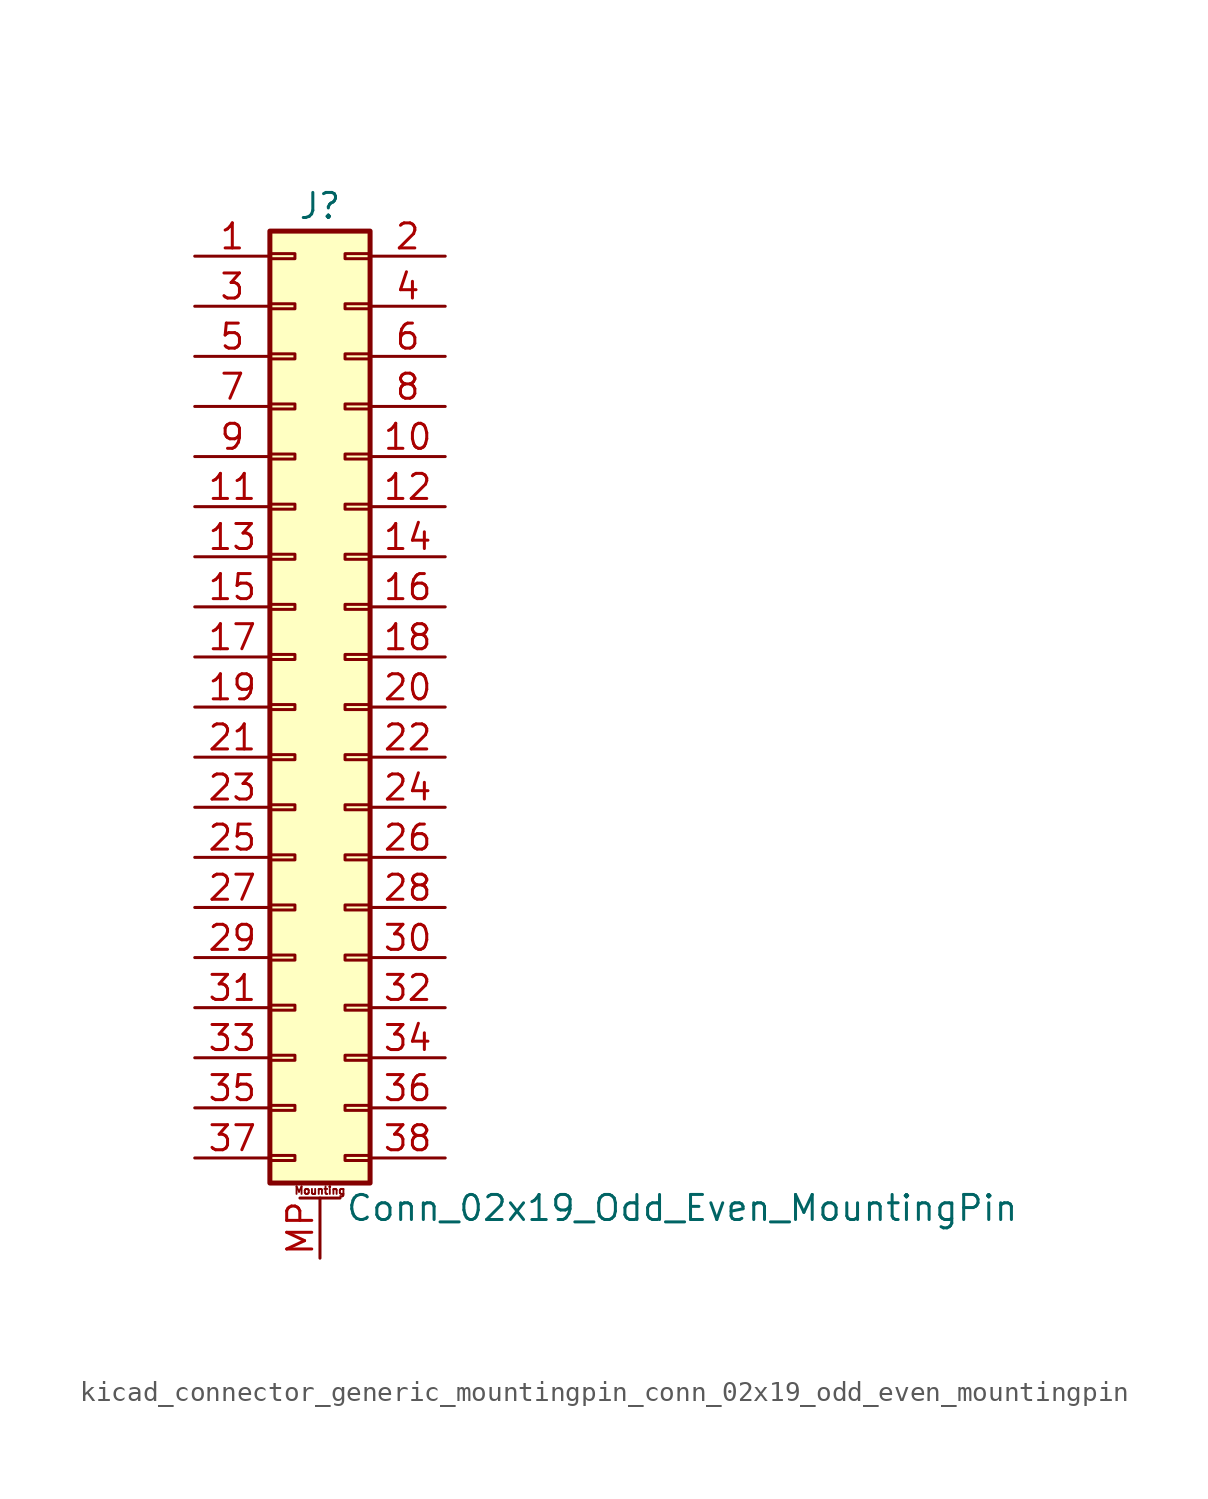
<source format=kicad_sym>
(kicad_symbol_lib
  (version 20220914)
  (generator kicad_symbol_editor)
  (symbol "kicad_connector_generic_mountingpin_conn_02x19_odd_even_mountingpin"
    (pin_names
      (offset 1.016) hide)
    (property "Reference" "J"
      (at 1.27 25.4 0)
      (effects (font (size 1.27 1.27))))
    (property "Value" "Conn_02x19_Odd_Even_MountingPin"
      (at 2.54 -25.4 0)
      (effects (font (size 1.27 1.27)) (justify left)))
    (symbol "kicad_connector_generic_mountingpin_conn_02x19_odd_even_mountingpin_1_1"
      (rectangle (start -1.27 -22.733) (end 0 -22.987) (stroke (width 0.152) (type default)) (fill (type none)))
      (rectangle (start -1.27 -20.193) (end 0 -20.447) (stroke (width 0.152) (type default)) (fill (type none)))
      (rectangle (start -1.27 -17.653) (end 0 -17.907) (stroke (width 0.152) (type default)) (fill (type none)))
      (rectangle (start -1.27 -15.113) (end 0 -15.367) (stroke (width 0.152) (type default)) (fill (type none)))
      (rectangle (start -1.27 -12.573) (end 0 -12.827) (stroke (width 0.152) (type default)) (fill (type none)))
      (rectangle (start -1.27 -10.033) (end 0 -10.287) (stroke (width 0.152) (type default)) (fill (type none)))
      (rectangle (start -1.27 -7.493) (end 0 -7.747) (stroke (width 0.152) (type default)) (fill (type none)))
      (rectangle (start -1.27 -4.953) (end 0 -5.207) (stroke (width 0.152) (type default)) (fill (type none)))
      (rectangle (start -1.27 -2.413) (end 0 -2.667) (stroke (width 0.152) (type default)) (fill (type none)))
      (rectangle (start -1.27 0.127) (end 0 -0.127) (stroke (width 0.152) (type default)) (fill (type none)))
      (rectangle (start -1.27 2.667) (end 0 2.413) (stroke (width 0.152) (type default)) (fill (type none)))
      (rectangle (start -1.27 5.207) (end 0 4.953) (stroke (width 0.152) (type default)) (fill (type none)))
      (rectangle (start -1.27 7.747) (end 0 7.493) (stroke (width 0.152) (type default)) (fill (type none)))
      (rectangle (start -1.27 10.287) (end 0 10.033) (stroke (width 0.152) (type default)) (fill (type none)))
      (rectangle (start -1.27 12.827) (end 0 12.573) (stroke (width 0.152) (type default)) (fill (type none)))
      (rectangle (start -1.27 15.367) (end 0 15.113) (stroke (width 0.152) (type default)) (fill (type none)))
      (rectangle (start -1.27 17.907) (end 0 17.653) (stroke (width 0.152) (type default)) (fill (type none)))
      (rectangle (start -1.27 20.447) (end 0 20.193) (stroke (width 0.152) (type default)) (fill (type none)))
      (rectangle (start -1.27 22.987) (end 0 22.733) (stroke (width 0.152) (type default)) (fill (type none)))
      (rectangle (start -1.27 24.13) (end 3.81 -24.13) (stroke (width 0.254) (type default)) (fill (type background)))
      (polyline (pts (xy 0.254 -24.892) (xy 2.286 -24.892)) (stroke (width 0.152) (type default)) (fill (type none)))
      (rectangle (start 3.81 -22.733) (end 2.54 -22.987) (stroke (width 0.152) (type default)) (fill (type none)))
      (rectangle (start 3.81 -20.193) (end 2.54 -20.447) (stroke (width 0.152) (type default)) (fill (type none)))
      (rectangle (start 3.81 -17.653) (end 2.54 -17.907) (stroke (width 0.152) (type default)) (fill (type none)))
      (rectangle (start 3.81 -15.113) (end 2.54 -15.367) (stroke (width 0.152) (type default)) (fill (type none)))
      (rectangle (start 3.81 -12.573) (end 2.54 -12.827) (stroke (width 0.152) (type default)) (fill (type none)))
      (rectangle (start 3.81 -10.033) (end 2.54 -10.287) (stroke (width 0.152) (type default)) (fill (type none)))
      (rectangle (start 3.81 -7.493) (end 2.54 -7.747) (stroke (width 0.152) (type default)) (fill (type none)))
      (rectangle (start 3.81 -4.953) (end 2.54 -5.207) (stroke (width 0.152) (type default)) (fill (type none)))
      (rectangle (start 3.81 -2.413) (end 2.54 -2.667) (stroke (width 0.152) (type default)) (fill (type none)))
      (rectangle (start 3.81 0.127) (end 2.54 -0.127) (stroke (width 0.152) (type default)) (fill (type none)))
      (rectangle (start 3.81 2.667) (end 2.54 2.413) (stroke (width 0.152) (type default)) (fill (type none)))
      (rectangle (start 3.81 5.207) (end 2.54 4.953) (stroke (width 0.152) (type default)) (fill (type none)))
      (rectangle (start 3.81 7.747) (end 2.54 7.493) (stroke (width 0.152) (type default)) (fill (type none)))
      (rectangle (start 3.81 10.287) (end 2.54 10.033) (stroke (width 0.152) (type default)) (fill (type none)))
      (rectangle (start 3.81 12.827) (end 2.54 12.573) (stroke (width 0.152) (type default)) (fill (type none)))
      (rectangle (start 3.81 15.367) (end 2.54 15.113) (stroke (width 0.152) (type default)) (fill (type none)))
      (rectangle (start 3.81 17.907) (end 2.54 17.653) (stroke (width 0.152) (type default)) (fill (type none)))
      (rectangle (start 3.81 20.447) (end 2.54 20.193) (stroke (width 0.152) (type default)) (fill (type none)))
      (rectangle (start 3.81 22.987) (end 2.54 22.733) (stroke (width 0.152) (type default)) (fill (type none)))
      (text "Mounting" (at 1.27 -24.511 0) (effects (font (size 0.381 0.381))))
      (pin passive line (at -5.08 22.86 0) (length 3.81) (name "Pin_1" (effects (font (size 1.27 1.27)))) (number "1" (effects (font (size 1.27 1.27)))))
      (pin passive line (at 7.62 12.7 180) (length 3.81) (name "Pin_10" (effects (font (size 1.27 1.27)))) (number "10" (effects (font (size 1.27 1.27)))))
      (pin passive line (at -5.08 10.16 0) (length 3.81) (name "Pin_11" (effects (font (size 1.27 1.27)))) (number "11" (effects (font (size 1.27 1.27)))))
      (pin passive line (at 7.62 10.16 180) (length 3.81) (name "Pin_12" (effects (font (size 1.27 1.27)))) (number "12" (effects (font (size 1.27 1.27)))))
      (pin passive line (at -5.08 7.62 0) (length 3.81) (name "Pin_13" (effects (font (size 1.27 1.27)))) (number "13" (effects (font (size 1.27 1.27)))))
      (pin passive line (at 7.62 7.62 180) (length 3.81) (name "Pin_14" (effects (font (size 1.27 1.27)))) (number "14" (effects (font (size 1.27 1.27)))))
      (pin passive line (at -5.08 5.08 0) (length 3.81) (name "Pin_15" (effects (font (size 1.27 1.27)))) (number "15" (effects (font (size 1.27 1.27)))))
      (pin passive line (at 7.62 5.08 180) (length 3.81) (name "Pin_16" (effects (font (size 1.27 1.27)))) (number "16" (effects (font (size 1.27 1.27)))))
      (pin passive line (at -5.08 2.54 0) (length 3.81) (name "Pin_17" (effects (font (size 1.27 1.27)))) (number "17" (effects (font (size 1.27 1.27)))))
      (pin passive line (at 7.62 2.54 180) (length 3.81) (name "Pin_18" (effects (font (size 1.27 1.27)))) (number "18" (effects (font (size 1.27 1.27)))))
      (pin passive line (at -5.08 0 0) (length 3.81) (name "Pin_19" (effects (font (size 1.27 1.27)))) (number "19" (effects (font (size 1.27 1.27)))))
      (pin passive line (at 7.62 22.86 180) (length 3.81) (name "Pin_2" (effects (font (size 1.27 1.27)))) (number "2" (effects (font (size 1.27 1.27)))))
      (pin passive line (at 7.62 0 180) (length 3.81) (name "Pin_20" (effects (font (size 1.27 1.27)))) (number "20" (effects (font (size 1.27 1.27)))))
      (pin passive line (at -5.08 -2.54 0) (length 3.81) (name "Pin_21" (effects (font (size 1.27 1.27)))) (number "21" (effects (font (size 1.27 1.27)))))
      (pin passive line (at 7.62 -2.54 180) (length 3.81) (name "Pin_22" (effects (font (size 1.27 1.27)))) (number "22" (effects (font (size 1.27 1.27)))))
      (pin passive line (at -5.08 -5.08 0) (length 3.81) (name "Pin_23" (effects (font (size 1.27 1.27)))) (number "23" (effects (font (size 1.27 1.27)))))
      (pin passive line (at 7.62 -5.08 180) (length 3.81) (name "Pin_24" (effects (font (size 1.27 1.27)))) (number "24" (effects (font (size 1.27 1.27)))))
      (pin passive line (at -5.08 -7.62 0) (length 3.81) (name "Pin_25" (effects (font (size 1.27 1.27)))) (number "25" (effects (font (size 1.27 1.27)))))
      (pin passive line (at 7.62 -7.62 180) (length 3.81) (name "Pin_26" (effects (font (size 1.27 1.27)))) (number "26" (effects (font (size 1.27 1.27)))))
      (pin passive line (at -5.08 -10.16 0) (length 3.81) (name "Pin_27" (effects (font (size 1.27 1.27)))) (number "27" (effects (font (size 1.27 1.27)))))
      (pin passive line (at 7.62 -10.16 180) (length 3.81) (name "Pin_28" (effects (font (size 1.27 1.27)))) (number "28" (effects (font (size 1.27 1.27)))))
      (pin passive line (at -5.08 -12.7 0) (length 3.81) (name "Pin_29" (effects (font (size 1.27 1.27)))) (number "29" (effects (font (size 1.27 1.27)))))
      (pin passive line (at -5.08 20.32 0) (length 3.81) (name "Pin_3" (effects (font (size 1.27 1.27)))) (number "3" (effects (font (size 1.27 1.27)))))
      (pin passive line (at 7.62 -12.7 180) (length 3.81) (name "Pin_30" (effects (font (size 1.27 1.27)))) (number "30" (effects (font (size 1.27 1.27)))))
      (pin passive line (at -5.08 -15.24 0) (length 3.81) (name "Pin_31" (effects (font (size 1.27 1.27)))) (number "31" (effects (font (size 1.27 1.27)))))
      (pin passive line (at 7.62 -15.24 180) (length 3.81) (name "Pin_32" (effects (font (size 1.27 1.27)))) (number "32" (effects (font (size 1.27 1.27)))))
      (pin passive line (at -5.08 -17.78 0) (length 3.81) (name "Pin_33" (effects (font (size 1.27 1.27)))) (number "33" (effects (font (size 1.27 1.27)))))
      (pin passive line (at 7.62 -17.78 180) (length 3.81) (name "Pin_34" (effects (font (size 1.27 1.27)))) (number "34" (effects (font (size 1.27 1.27)))))
      (pin passive line (at -5.08 -20.32 0) (length 3.81) (name "Pin_35" (effects (font (size 1.27 1.27)))) (number "35" (effects (font (size 1.27 1.27)))))
      (pin passive line (at 7.62 -20.32 180) (length 3.81) (name "Pin_36" (effects (font (size 1.27 1.27)))) (number "36" (effects (font (size 1.27 1.27)))))
      (pin passive line (at -5.08 -22.86 0) (length 3.81) (name "Pin_37" (effects (font (size 1.27 1.27)))) (number "37" (effects (font (size 1.27 1.27)))))
      (pin passive line (at 7.62 -22.86 180) (length 3.81) (name "Pin_38" (effects (font (size 1.27 1.27)))) (number "38" (effects (font (size 1.27 1.27)))))
      (pin passive line (at 7.62 20.32 180) (length 3.81) (name "Pin_4" (effects (font (size 1.27 1.27)))) (number "4" (effects (font (size 1.27 1.27)))))
      (pin passive line (at -5.08 17.78 0) (length 3.81) (name "Pin_5" (effects (font (size 1.27 1.27)))) (number "5" (effects (font (size 1.27 1.27)))))
      (pin passive line (at 7.62 17.78 180) (length 3.81) (name "Pin_6" (effects (font (size 1.27 1.27)))) (number "6" (effects (font (size 1.27 1.27)))))
      (pin passive line (at -5.08 15.24 0) (length 3.81) (name "Pin_7" (effects (font (size 1.27 1.27)))) (number "7" (effects (font (size 1.27 1.27)))))
      (pin passive line (at 7.62 15.24 180) (length 3.81) (name "Pin_8" (effects (font (size 1.27 1.27)))) (number "8" (effects (font (size 1.27 1.27)))))
      (pin passive line (at -5.08 12.7 0) (length 3.81) (name "Pin_9" (effects (font (size 1.27 1.27)))) (number "9" (effects (font (size 1.27 1.27)))))
      (pin passive line (at 1.27 -27.94 90) (length 3.048) (name "MountPin" (effects (font (size 1.27 1.27)))) (number "MP" (effects (font (size 1.27 1.27))))))))
</source>
